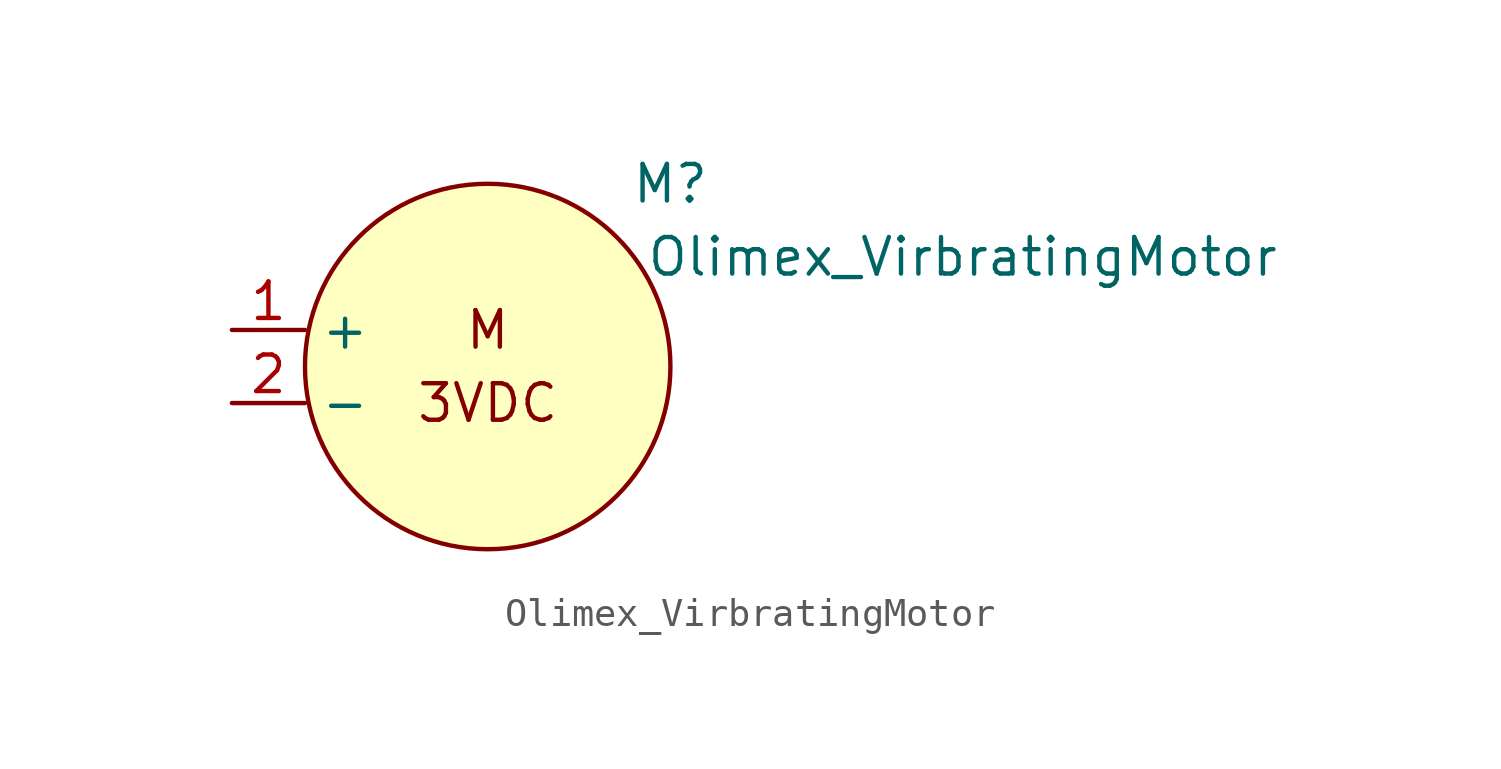
<source format=kicad_sym>
(kicad_symbol_lib
  (version 20211014)
  (generator kicad_symbol_editor)
  (symbol "Olimex_VirbratingMotor"
    (property "Reference" "M"
      (at 12.7 12.7 0)
      (effects (font (size 1.27 1.27))))
    (property "Value" "Olimex_VirbratingMotor"
      (at 22.86 10.16 0)
      (effects (font (size 1.27 1.27))))
    (symbol "Olimex_VirbratingMotor_0_0"
      (text "3VDC" (at 6.35 5.08 0) (effects (font (size 1.27 1.27))))
      (text "M" (at 6.35 7.62 0) (effects (font (size 1.27 1.27)))))
    (symbol "Olimex_VirbratingMotor_0_1"
      (circle (center 6.35 6.35) (radius 6.35) (stroke (width 0) (type default) (color 0 0 0 0)) (fill (type background))))
    (symbol "Olimex_VirbratingMotor_1_1"
      (pin power_in line (at -2.54 7.62 0) (length 2.54) (name "+" (effects (font (size 1.27 1.27)))) (number "1" (effects (font (size 1.27 1.27)))))
      (pin power_in line (at -2.54 5.08 0) (length 2.54) (name "-" (effects (font (size 1.27 1.27)))) (number "2" (effects (font (size 1.27 1.27))))))))
</source>
